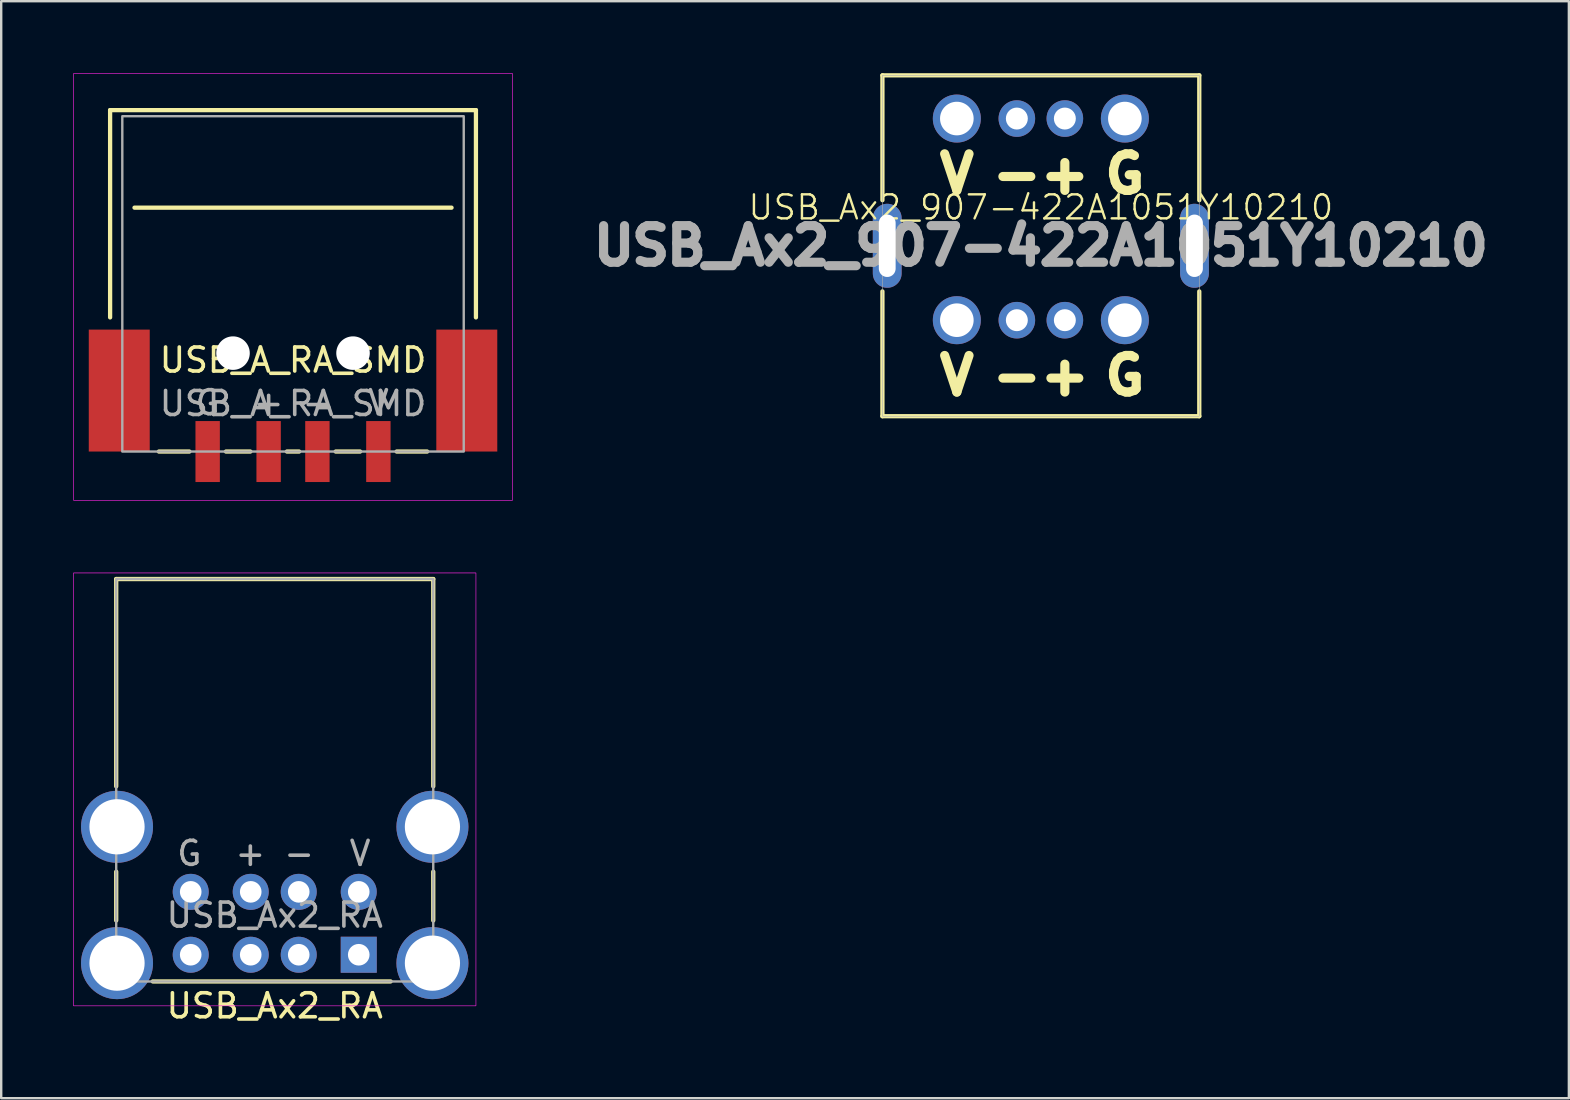
<source format=kicad_pcb>
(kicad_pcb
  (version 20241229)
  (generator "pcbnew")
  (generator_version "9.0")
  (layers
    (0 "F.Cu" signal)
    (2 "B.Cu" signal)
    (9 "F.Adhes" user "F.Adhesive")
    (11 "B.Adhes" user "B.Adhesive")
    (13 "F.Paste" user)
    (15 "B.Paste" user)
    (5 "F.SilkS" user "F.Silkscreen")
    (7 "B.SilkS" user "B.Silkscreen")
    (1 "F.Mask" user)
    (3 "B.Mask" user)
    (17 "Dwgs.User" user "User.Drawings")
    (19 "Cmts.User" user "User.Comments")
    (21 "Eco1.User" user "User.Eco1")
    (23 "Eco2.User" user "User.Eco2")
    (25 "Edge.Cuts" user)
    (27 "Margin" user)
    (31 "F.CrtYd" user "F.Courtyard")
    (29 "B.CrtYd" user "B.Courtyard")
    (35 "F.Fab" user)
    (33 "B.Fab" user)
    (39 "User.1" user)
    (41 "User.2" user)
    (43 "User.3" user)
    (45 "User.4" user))
  (footprint "USB_Ax2_RA"
    (layer "F.Cu")
    (at 8.395 37.074)
    (property "Reference" "USB_Ax2_RA" (at 0 1.778 0) (unlocked yes) (layer "F.SilkS") (effects (font (size 1 1) (thickness 0.15))))
    (attr through_hole)
    (fp_line (start -6.604 -16.002) (end 6.604 -16.002) (stroke (width 0.178) (type solid)) (layer "F.SilkS"))
    (fp_line (start -6.604 -7.366) (end -6.604 -16.002) (stroke (width 0.178) (type solid)) (layer "F.SilkS"))
    (fp_line (start -6.604 -1.778) (end -6.604 -3.81) (stroke (width 0.178) (type solid)) (layer "F.SilkS"))
    (fp_line (start -5.08 0.762) (end 4.826 0.762) (stroke (width 0.178) (type solid)) (layer "F.SilkS"))
    (fp_line (start 6.604 -16.002) (end 6.604 -7.366) (stroke (width 0.178) (type solid)) (layer "F.SilkS"))
    (fp_line (start 6.604 -1.778) (end 6.604 -3.81) (stroke (width 0.178) (type solid)) (layer "F.SilkS"))
    (fp_rect (start -8.382 -16.256) (end 8.382 1.778) (stroke (width 0.025) (type solid)) (fill no) (layer "F.CrtYd"))
    (fp_rect (start -6.604 -16.002) (end 6.604 0.762) (stroke (width 0.1) (type solid)) (fill no) (layer "F.Fab"))
    (fp_text user "+" (at -1.016 -4.572 0) (unlocked yes) (layer "F.Fab") (effects (font (size 1 1) (thickness 0.15))))
    (fp_text user "${REFERENCE}" (at 0 -2 0) (unlocked yes) (layer "F.Fab") (effects (font (size 1 1) (thickness 0.15))))
    (fp_text user "G" (at -3.556 -4.572 0) (unlocked yes) (layer "F.Fab") (effects (font (size 1 1) (thickness 0.15))))
    (fp_text user "V" (at 3.556 -4.572 0) (unlocked yes) (layer "F.Fab") (effects (font (size 1 1) (thickness 0.15))))
    (fp_text user "-" (at 1.016 -4.572 0) (unlocked yes) (layer "F.Fab") (effects (font (size 1 1) (thickness 0.15))))
    (pad "B1" thru_hole circle (at 3.5 -2.97) (size 1.5 1.5) (drill 0.9) (layers "*.Cu" "*.Mask"))
    (pad "B2" thru_hole circle (at 1 -2.97) (size 1.5 1.5) (drill 0.9) (layers "*.Cu" "*.Mask"))
    (pad "B3" thru_hole circle (at -1 -2.97) (size 1.5 1.5) (drill 0.9) (layers "*.Cu" "*.Mask"))
    (pad "B4" thru_hole circle (at -3.5 -2.97) (size 1.5 1.5) (drill 0.9) (layers "*.Cu" "*.Mask"))
    (pad "SH" thru_hole circle (at -6.57 -5.68) (size 3 3) (drill 2.3) (layers "*.Cu" "*.Mask"))
    (pad "SH" thru_hole circle (at -6.57 0) (size 3 3) (drill 2.3) (layers "*.Cu" "*.Mask"))
    (pad "SH" thru_hole circle (at 6.57 -5.68) (size 3 3) (drill 2.3) (layers "*.Cu" "*.Mask"))
    (pad "SH" thru_hole circle (at 6.57 0) (size 3 3) (drill 2.3) (layers "*.Cu" "*.Mask"))
    (pad "T1" thru_hole rect (at 3.5 -0.35) (size 1.5 1.5) (drill 0.9) (layers "*.Cu" "*.Mask"))
    (pad "T2" thru_hole circle (at 1 -0.35) (size 1.5 1.5) (drill 0.9) (layers "*.Cu" "*.Mask"))
    (pad "T3" thru_hole circle (at -1 -0.35) (size 1.5 1.5) (drill 0.9) (layers "*.Cu" "*.Mask"))
    (pad "T4" thru_hole circle (at -3.5 -0.35) (size 1.5 1.5) (drill 0.9) (layers "*.Cu" "*.Mask")))
  (footprint "USB_A_RA_SMD"
    (layer "F.Cu")
    (at 9.157 15.761)
    (property "Reference" "USB_A_RA_SMD" (at 0 -3.81 0) (layer "F.SilkS") (effects (font (size 1 1) (thickness 0.15))))
    (attr smd)
    (fp_line (start -7.62 -14.224) (end -7.62 -5.588) (stroke (width 0.178) (type solid)) (layer "F.SilkS"))
    (fp_line (start -6.604 -10.16) (end 6.604 -10.16) (stroke (width 0.178) (type solid)) (layer "F.SilkS"))
    (fp_line (start -4.318 0) (end -5.588 0) (stroke (width 0.178) (type solid)) (layer "F.SilkS"))
    (fp_line (start -2.794 0) (end -1.778 0) (stroke (width 0.178) (type solid)) (layer "F.SilkS"))
    (fp_line (start -0.254 0) (end 0.254 0) (stroke (width 0.178) (type solid)) (layer "F.SilkS"))
    (fp_line (start 1.778 0) (end 2.794 0) (stroke (width 0.178) (type solid)) (layer "F.SilkS"))
    (fp_line (start 4.318 0) (end 5.588 0) (stroke (width 0.178) (type solid)) (layer "F.SilkS"))
    (fp_line (start 7.62 -14.224) (end -7.62 -14.224) (stroke (width 0.178) (type solid)) (layer "F.SilkS"))
    (fp_line (start 7.62 -5.588) (end 7.62 -14.224) (stroke (width 0.178) (type solid)) (layer "F.SilkS"))
    (fp_rect (start -9.144 2.032) (end 9.144 -15.748) (stroke (width 0.025) (type solid)) (fill no) (layer "F.CrtYd"))
    (fp_rect (start -7.112 -13.97) (end 7.112 0) (stroke (width 0.1) (type solid)) (fill no) (layer "F.Fab"))
    (fp_text user "+" (at -1.016 -2.032 0) (unlocked yes) (layer "F.Fab") (effects (font (size 1 1) (thickness 0.15))))
    (fp_text user "V" (at 3.556 -2.032 0) (unlocked yes) (layer "F.Fab") (effects (font (size 1 1) (thickness 0.15))))
    (fp_text user "G" (at -3.556 -2.032 0) (unlocked yes) (layer "F.Fab") (effects (font (size 1 1) (thickness 0.15))))
    (fp_text user "-" (at 1.016 -2.032 0) (unlocked yes) (layer "F.Fab") (effects (font (size 1 1) (thickness 0.15))))
    (fp_text user "${REFERENCE}" (at 0 -2 180) (layer "F.Fab") (effects (font (size 1 1) (thickness 0.15))))
    (pad "" np_thru_hole circle (at -2.5 -4.1) (size 1.397 1.397) (drill 1.397) (layers "*.Cu" "*.Mask"))
    (pad "" np_thru_hole circle (at 2.5 -4.1) (size 1.397 1.397) (drill 1.397) (layers "*.Cu" "*.Mask"))
    (pad "1" smd rect (at 3.556 0) (size 1.016 2.54) (layers "F.Cu" "F.Mask" "F.Paste"))
    (pad "2" smd rect (at 1.016 0) (size 1.016 2.54) (layers "F.Cu" "F.Mask" "F.Paste"))
    (pad "3" smd rect (at -1.016 0) (size 1.016 2.54) (layers "F.Cu" "F.Mask" "F.Paste"))
    (pad "4" smd rect (at -3.556 0) (size 1.016 2.54) (layers "F.Cu" "F.Mask" "F.Paste"))
    (pad "SH" smd rect (at -7.239 -2.54) (size 2.54 5.08) (layers "F.Cu" "F.Mask" "F.Paste"))
    (pad "SH" smd rect (at 7.239 -2.54) (size 2.54 5.08) (layers "F.Cu" "F.Mask" "F.Paste")))
  (footprint "USB_Ax2_907-422A1051Y10210"
    (layer "F.Cu")
    (at 40.311 6.089)
    (property "Reference" "USB_Ax2_907-422A1051Y10210" (at 0 -0.5 0) (unlocked yes) (layer "F.SilkS") (effects (font (size 1 1) (thickness 0.1))))
    (attr through_hole)
    (fp_line (start -6.6 -6) (end 6.6 -6) (stroke (width 0.178) (type solid)) (layer "F.SilkS"))
    (fp_line (start -6.6 -0.8) (end -6.6 -6) (stroke (width 0.178) (type solid)) (layer "F.SilkS"))
    (fp_line (start -6.6 8.2) (end -6.6 3) (stroke (width 0.178) (type solid)) (layer "F.SilkS"))
    (fp_line (start -6.6 8.2) (end 6.6 8.2) (stroke (width 0.178) (type solid)) (layer "F.SilkS"))
    (fp_line (start 6.6 -0.8) (end 6.6 -6) (stroke (width 0.178) (type solid)) (layer "F.SilkS"))
    (fp_line (start 6.6 8.2) (end 6.6 3) (stroke (width 0.178) (type solid)) (layer "F.SilkS"))
    (fp_rect (start -6.6 -6) (end 6.6 8.2) (stroke (width 0.025) (type solid)) (fill no) (layer "F.Fab"))
    (fp_text user "V" (at -3.5 7.4 0) (unlocked yes) (layer "F.SilkS") (effects (font (size 1.524 1.524) (thickness 0.381) (bold yes)) (justify bottom)))
    (fp_text user "V" (at -3.5 -1 0) (unlocked yes) (layer "F.SilkS") (effects (font (size 1.524 1.524) (thickness 0.381) (bold yes)) (justify bottom)))
    (fp_text user "+" (at 1 7.4 0) (unlocked yes) (layer "F.SilkS") (effects (font (size 1.524 1.524) (thickness 0.381) (bold yes)) (justify bottom)))
    (fp_text user "-" (at -1 -1 0) (unlocked yes) (layer "F.SilkS") (effects (font (size 1.524 1.524) (thickness 0.381) (bold yes)) (justify bottom)))
    (fp_text user "G" (at 3.5 -1 0) (unlocked yes) (layer "F.SilkS") (effects (font (size 1.524 1.524) (thickness 0.381) (bold yes)) (justify bottom)))
    (fp_text user "-" (at -1 7.4 0) (unlocked yes) (layer "F.SilkS") (effects (font (size 1.524 1.524) (thickness 0.381) (bold yes)) (justify bottom)))
    (fp_text user "+" (at 1 -1 0) (unlocked yes) (layer "F.SilkS") (effects (font (size 1.524 1.524) (thickness 0.381) (bold yes)) (justify bottom)))
    (fp_text user "G" (at 3.5 7.4 0) (unlocked yes) (layer "F.SilkS") (effects (font (size 1.524 1.524) (thickness 0.381) (bold yes)) (justify bottom)))
    (fp_text user "${REFERENCE}" (at 0 1.1 0) (unlocked yes) (layer "F.Fab") (effects (font (size 1.524 1.524) (thickness 0.381) (bold yes))))
    (pad "1" thru_hole circle (at -3.5 -4.2) (size 2 2) (drill 1.4) (layers "*.Cu" "*.Mask"))
    (pad "2" thru_hole circle (at -1 -4.2) (size 1.524 1.524) (drill 0.914) (layers "*.Cu" "*.Mask"))
    (pad "3" thru_hole circle (at 1 -4.2) (size 1.524 1.524) (drill 0.914) (layers "*.Cu" "*.Mask"))
    (pad "4" thru_hole circle (at 3.5 -4.2) (size 2 2) (drill 1.4) (layers "*.Cu" "*.Mask"))
    (pad "5" thru_hole circle (at -3.5 4.2) (size 2 2) (drill 1.4) (layers "*.Cu" "*.Mask"))
    (pad "6" thru_hole circle (at -1 4.2) (size 1.524 1.524) (drill 0.914) (layers "*.Cu" "*.Mask"))
    (pad "7" thru_hole circle (at 1 4.2) (size 1.524 1.524) (drill 0.914) (layers "*.Cu" "*.Mask"))
    (pad "8" thru_hole circle (at 3.5 4.2) (size 2 2) (drill 1.4) (layers "*.Cu" "*.Mask"))
    (pad "SH" thru_hole oval (at -6.4 1.1) (size 1.2 3.5) (drill oval 0.7 2.6) (layers "*.Cu" "*.Mask"))
    (pad "SH" thru_hole oval (at 6.4 1.1) (size 1.2 3.5) (drill oval 0.7 2.6) (layers "*.Cu" "*.Mask")))
  (gr_rect
    (start -3 -3)
    (end 62.308 42.7)
    (stroke (width 0.1) (type default))
    (fill no)
    (layer "Edge.Cuts")))
</source>
